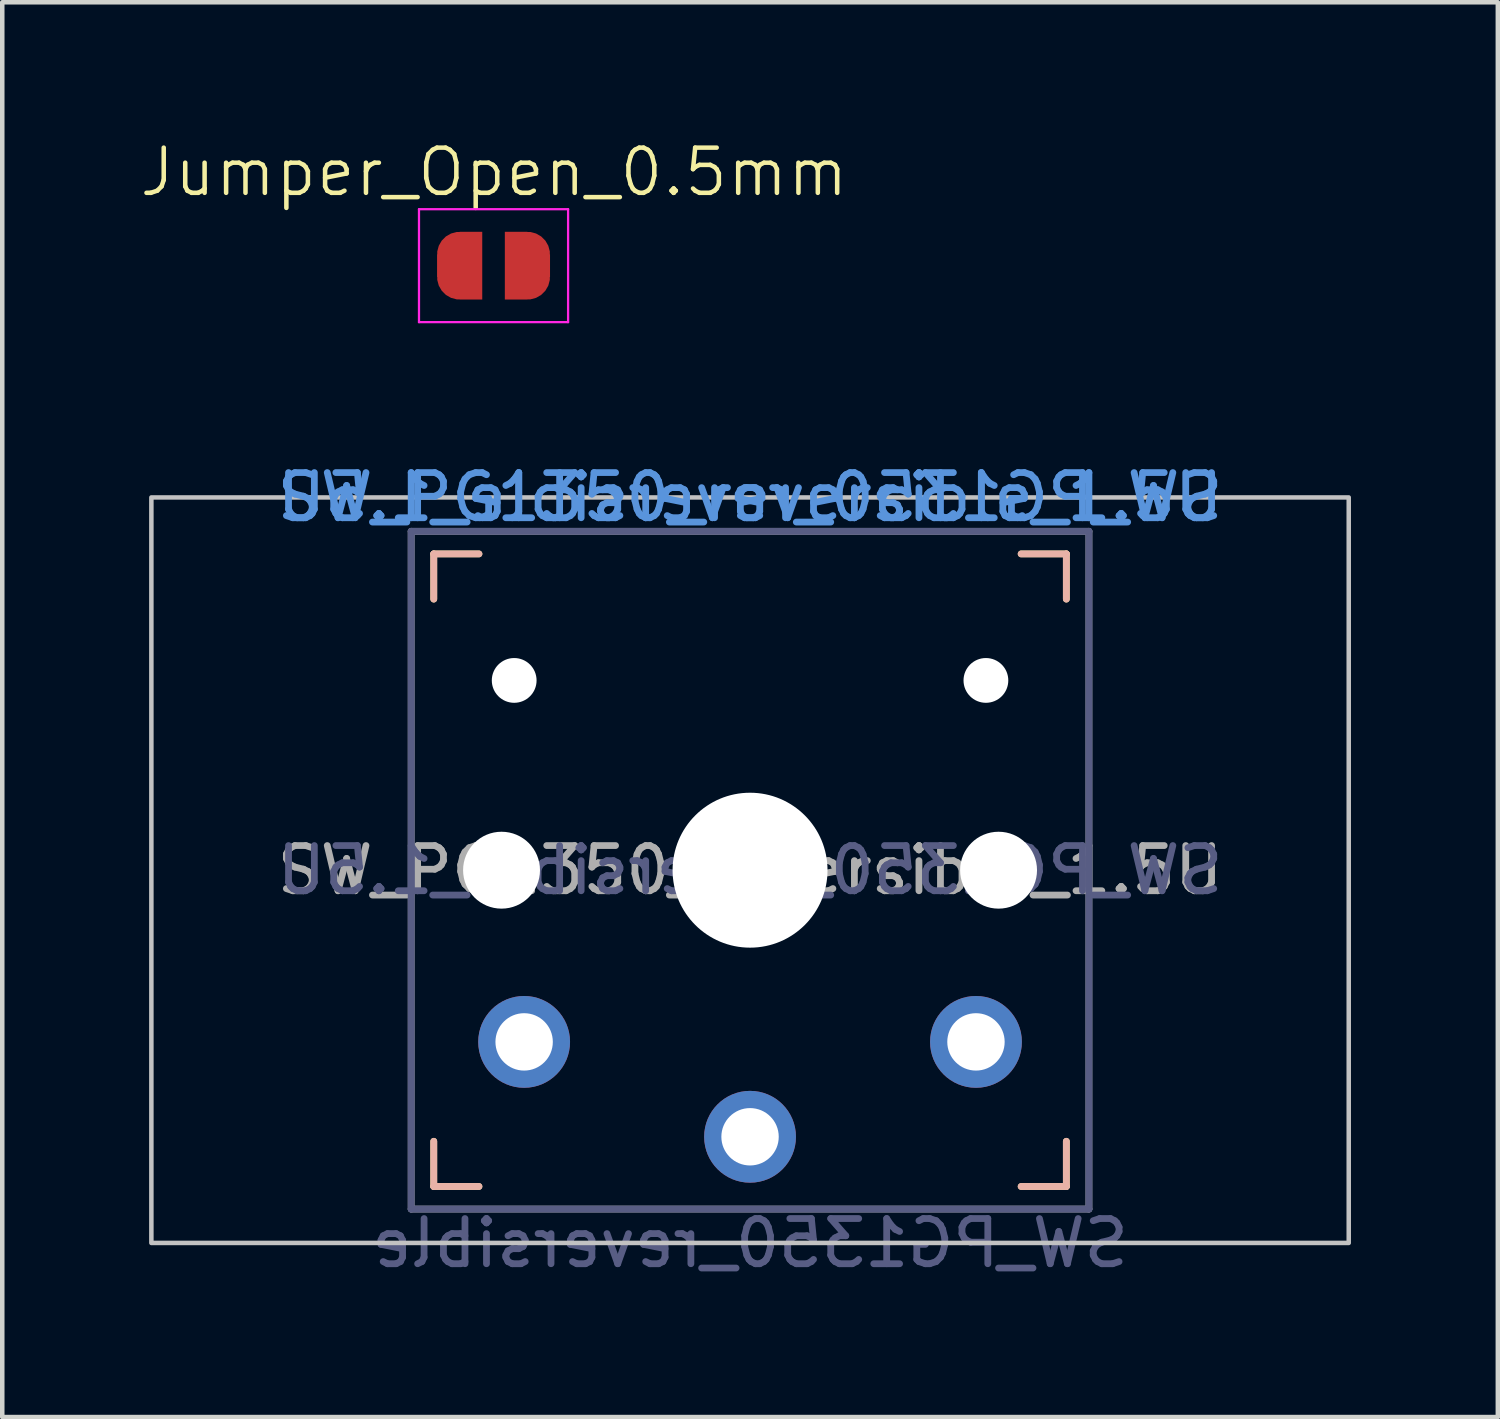
<source format=kicad_pcb>
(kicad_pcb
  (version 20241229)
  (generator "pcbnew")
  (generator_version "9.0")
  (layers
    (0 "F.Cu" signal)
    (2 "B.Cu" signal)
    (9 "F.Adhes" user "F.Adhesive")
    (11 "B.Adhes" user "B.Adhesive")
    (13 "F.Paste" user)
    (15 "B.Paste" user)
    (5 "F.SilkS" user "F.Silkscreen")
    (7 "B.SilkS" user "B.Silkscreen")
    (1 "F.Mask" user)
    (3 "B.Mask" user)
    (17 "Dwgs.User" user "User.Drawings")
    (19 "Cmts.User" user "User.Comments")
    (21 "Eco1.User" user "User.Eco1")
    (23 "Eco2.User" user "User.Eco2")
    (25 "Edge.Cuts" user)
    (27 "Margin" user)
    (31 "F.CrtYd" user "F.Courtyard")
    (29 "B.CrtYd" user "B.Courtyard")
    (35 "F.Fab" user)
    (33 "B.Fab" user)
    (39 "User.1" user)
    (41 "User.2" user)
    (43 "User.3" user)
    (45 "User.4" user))
  (footprint "SW_PG1350_reversible_1.5U"
    (layer "F.Cu")
    (at 13.55 16.209)
    (property "Reference" "SW_PG1350_reversible_1.5U" (at 0 -8.255 0) (layer "Cmts.User") (effects (font (size 1 1) (thickness 0.15))))
    (property "Value" "SW_PG1350_reversible" (at 0 8.255 0) (layer "F.Fab") (hide yes) (effects (font (size 1 1) (thickness 0.15))))
    (attr through_hole)
    (fp_line (start -7 -7) (end -6 -7) (stroke (width 0.15) (type solid)) (layer "F.SilkS"))
    (fp_line (start -7 -6) (end -7 -7) (stroke (width 0.15) (type solid)) (layer "F.SilkS"))
    (fp_line (start -7 7) (end -7 6) (stroke (width 0.15) (type solid)) (layer "F.SilkS"))
    (fp_line (start -6 7) (end -7 7) (stroke (width 0.15) (type solid)) (layer "F.SilkS"))
    (fp_line (start 6 -7) (end 7 -7) (stroke (width 0.15) (type solid)) (layer "F.SilkS"))
    (fp_line (start 7 -7) (end 7 -6) (stroke (width 0.15) (type solid)) (layer "F.SilkS"))
    (fp_line (start 7 6) (end 7 7) (stroke (width 0.15) (type solid)) (layer "F.SilkS"))
    (fp_line (start 7 7) (end 6 7) (stroke (width 0.15) (type solid)) (layer "F.SilkS"))
    (fp_line (start -7 -7) (end -6 -7) (stroke (width 0.15) (type solid)) (layer "B.SilkS"))
    (fp_line (start -7 -6) (end -7 -7) (stroke (width 0.15) (type solid)) (layer "B.SilkS"))
    (fp_line (start -7 7) (end -7 6) (stroke (width 0.15) (type solid)) (layer "B.SilkS"))
    (fp_line (start -6 7) (end -7 7) (stroke (width 0.15) (type solid)) (layer "B.SilkS"))
    (fp_line (start 6 -7) (end 7 -7) (stroke (width 0.15) (type solid)) (layer "B.SilkS"))
    (fp_line (start 7 -7) (end 7 -6) (stroke (width 0.15) (type solid)) (layer "B.SilkS"))
    (fp_line (start 7 6) (end 7 7) (stroke (width 0.15) (type solid)) (layer "B.SilkS"))
    (fp_line (start 7 7) (end 6 7) (stroke (width 0.15) (type solid)) (layer "B.SilkS"))
    (fp_rect (start -13.25 -8.25) (end 13.25 8.25) (stroke (width 0.1) (type default)) (fill no) (layer "Dwgs.User"))
    (fp_rect (start -13.5 -8.5) (end 13.5 8.5) (stroke (width 0.1) (type default)) (fill no) (layer "Eco1.User"))
    (fp_line (start -6.9 6.9) (end -6.9 -6.9) (stroke (width 0.15) (type solid)) (layer "Eco2.User"))
    (fp_line (start -6.9 6.9) (end 6.9 6.9) (stroke (width 0.15) (type solid)) (layer "Eco2.User"))
    (fp_line (start -2.6 -3.1) (end -2.6 -6.3) (stroke (width 0.15) (type solid)) (layer "Eco2.User"))
    (fp_line (start -2.6 -3.1) (end 2.6 -3.1) (stroke (width 0.15) (type solid)) (layer "Eco2.User"))
    (fp_line (start 2.6 -6.3) (end -2.6 -6.3) (stroke (width 0.15) (type solid)) (layer "Eco2.User"))
    (fp_line (start 2.6 -3.1) (end 2.6 -6.3) (stroke (width 0.15) (type solid)) (layer "Eco2.User"))
    (fp_line (start 6.9 -6.9) (end -6.9 -6.9) (stroke (width 0.15) (type solid)) (layer "Eco2.User"))
    (fp_line (start 6.9 -6.9) (end 6.9 6.9) (stroke (width 0.15) (type solid)) (layer "Eco2.User"))
    (fp_line (start -7.5 -7.5) (end 7.5 -7.5) (stroke (width 0.15) (type solid)) (layer "B.Fab"))
    (fp_line (start -7.5 7.5) (end -7.5 -7.5) (stroke (width 0.15) (type solid)) (layer "B.Fab"))
    (fp_line (start 7.5 -7.5) (end 7.5 7.5) (stroke (width 0.15) (type solid)) (layer "B.Fab"))
    (fp_line (start 7.5 7.5) (end -7.5 7.5) (stroke (width 0.15) (type solid)) (layer "B.Fab"))
    (fp_line (start -7.5 -7.5) (end 7.5 -7.5) (stroke (width 0.15) (type solid)) (layer "F.Fab"))
    (fp_line (start -7.5 7.5) (end -7.5 -7.5) (stroke (width 0.15) (type solid)) (layer "F.Fab"))
    (fp_line (start 7.5 -7.5) (end 7.5 7.5) (stroke (width 0.15) (type solid)) (layer "F.Fab"))
    (fp_line (start 7.5 7.5) (end -7.5 7.5) (stroke (width 0.15) (type solid)) (layer "F.Fab"))
    (fp_text user "${REFERENCE}" (at 0 -8.255 0) (layer "Cmts.User") (effects (font (size 1 1) (thickness 0.15)) (justify mirror)))
    (fp_text user "${VALUE}" (at 0 8.255 0) (layer "B.Fab") (effects (font (size 1 1) (thickness 0.15)) (justify mirror)))
    (fp_text user "${REFERENCE}" (at 0 0 0) (layer "B.Fab") (effects (font (size 1 1) (thickness 0.15)) (justify mirror)))
    (fp_text user "${REFERENCE}" (at 0 0 0) (layer "F.Fab") (effects (font (size 1 1) (thickness 0.15))))
    (pad "" np_thru_hole circle (at -5.5 0) (size 1.702 1.702) (drill 1.702) (layers "*.Cu" "*.Mask"))
    (pad "" np_thru_hole circle (at -5.22 -4.2) (size 0.991 0.991) (drill 0.991) (layers "*.Cu" "*.Mask"))
    (pad "" np_thru_hole circle (at 0 0) (size 3.429 3.429) (drill 3.429) (layers "*.Cu" "*.Mask"))
    (pad "" np_thru_hole circle (at 5.22 -4.2) (size 0.991 0.991) (drill 0.991) (layers "*.Cu" "*.Mask"))
    (pad "" np_thru_hole circle (at 5.5 0) (size 1.702 1.702) (drill 1.702) (layers "*.Cu" "*.Mask"))
    (pad "1" thru_hole circle (at 0 5.9) (size 2.032 2.032) (drill 1.27) (layers "*.Cu" "*.Mask"))
    (pad "2" thru_hole circle (at -5 3.8) (size 2.032 2.032) (drill 1.27) (layers "*.Cu" "*.Mask"))
    (pad "2" thru_hole circle (at 5 3.8) (size 2.032 2.032) (drill 1.27) (layers "*.Cu" "*.Mask")))
  (footprint "Jumper_Open_0.5mm"
    (layer "F.Cu")
    (at 7.873 2.83)
    (property "Reference" "Jumper_Open_0.5mm" (at 0.01 -2.07 0) (unlocked yes) (layer "F.SilkS") (effects (font (size 1 1) (thickness 0.1))))
    (attr smd)
    (fp_rect (start -0.44 -0.75) (end -0.14 0.75) (stroke (width 0) (type solid)) (fill yes) (layer "F.Mask"))
    (fp_rect (start 0.15 -0.75) (end 0.45 0.75) (stroke (width 0) (type solid)) (fill yes) (layer "F.Mask"))
    (fp_line (start -1.65 -1.25) (end -1.65 1.25) (stroke (width 0.05) (type solid)) (layer "F.CrtYd"))
    (fp_line (start -1.65 -1.25) (end 1.65 -1.25) (stroke (width 0.05) (type solid)) (layer "F.CrtYd"))
    (fp_line (start 1.65 1.25) (end -1.65 1.25) (stroke (width 0.05) (type solid)) (layer "F.CrtYd"))
    (fp_line (start 1.65 1.25) (end 1.65 -1.25) (stroke (width 0.05) (type solid)) (layer "F.CrtYd"))
    (pad "1" smd custom (at -0.75 0) (size 1 0.5) (layers "F.Cu" "F.Mask") (options (anchor rect)) (primitives (gr_circle (center 0 0.25) (end 0.5 0.25) (width 0) (fill yes)) (gr_circle (center 0 -0.25) (end 0.5 -0.25) (width 0) (fill yes)) (gr_poly (pts (xy 0.5 0.75) (xy 0 0.75) (xy 0 -0.75) (xy 0.5 -0.75)) (width 0) (fill yes))))
    (pad "2" smd custom (at 0.75 0) (size 1 0.5) (layers "F.Cu" "F.Mask") (options (anchor rect)) (primitives (gr_circle (center 0 0.25) (end 0.5 0.25) (width 0) (fill yes)) (gr_circle (center 0 -0.25) (end 0.5 -0.25) (width 0) (fill yes)) (gr_poly (pts (xy 0 0.75) (xy -0.5 0.75) (xy -0.5 -0.75) (xy 0 -0.75)) (width 0) (fill yes)))))
  (gr_rect
    (start -3 -3)
    (end 30.1 28.312)
    (stroke (width 0.1) (type default))
    (fill no)
    (layer "Edge.Cuts")))
</source>
